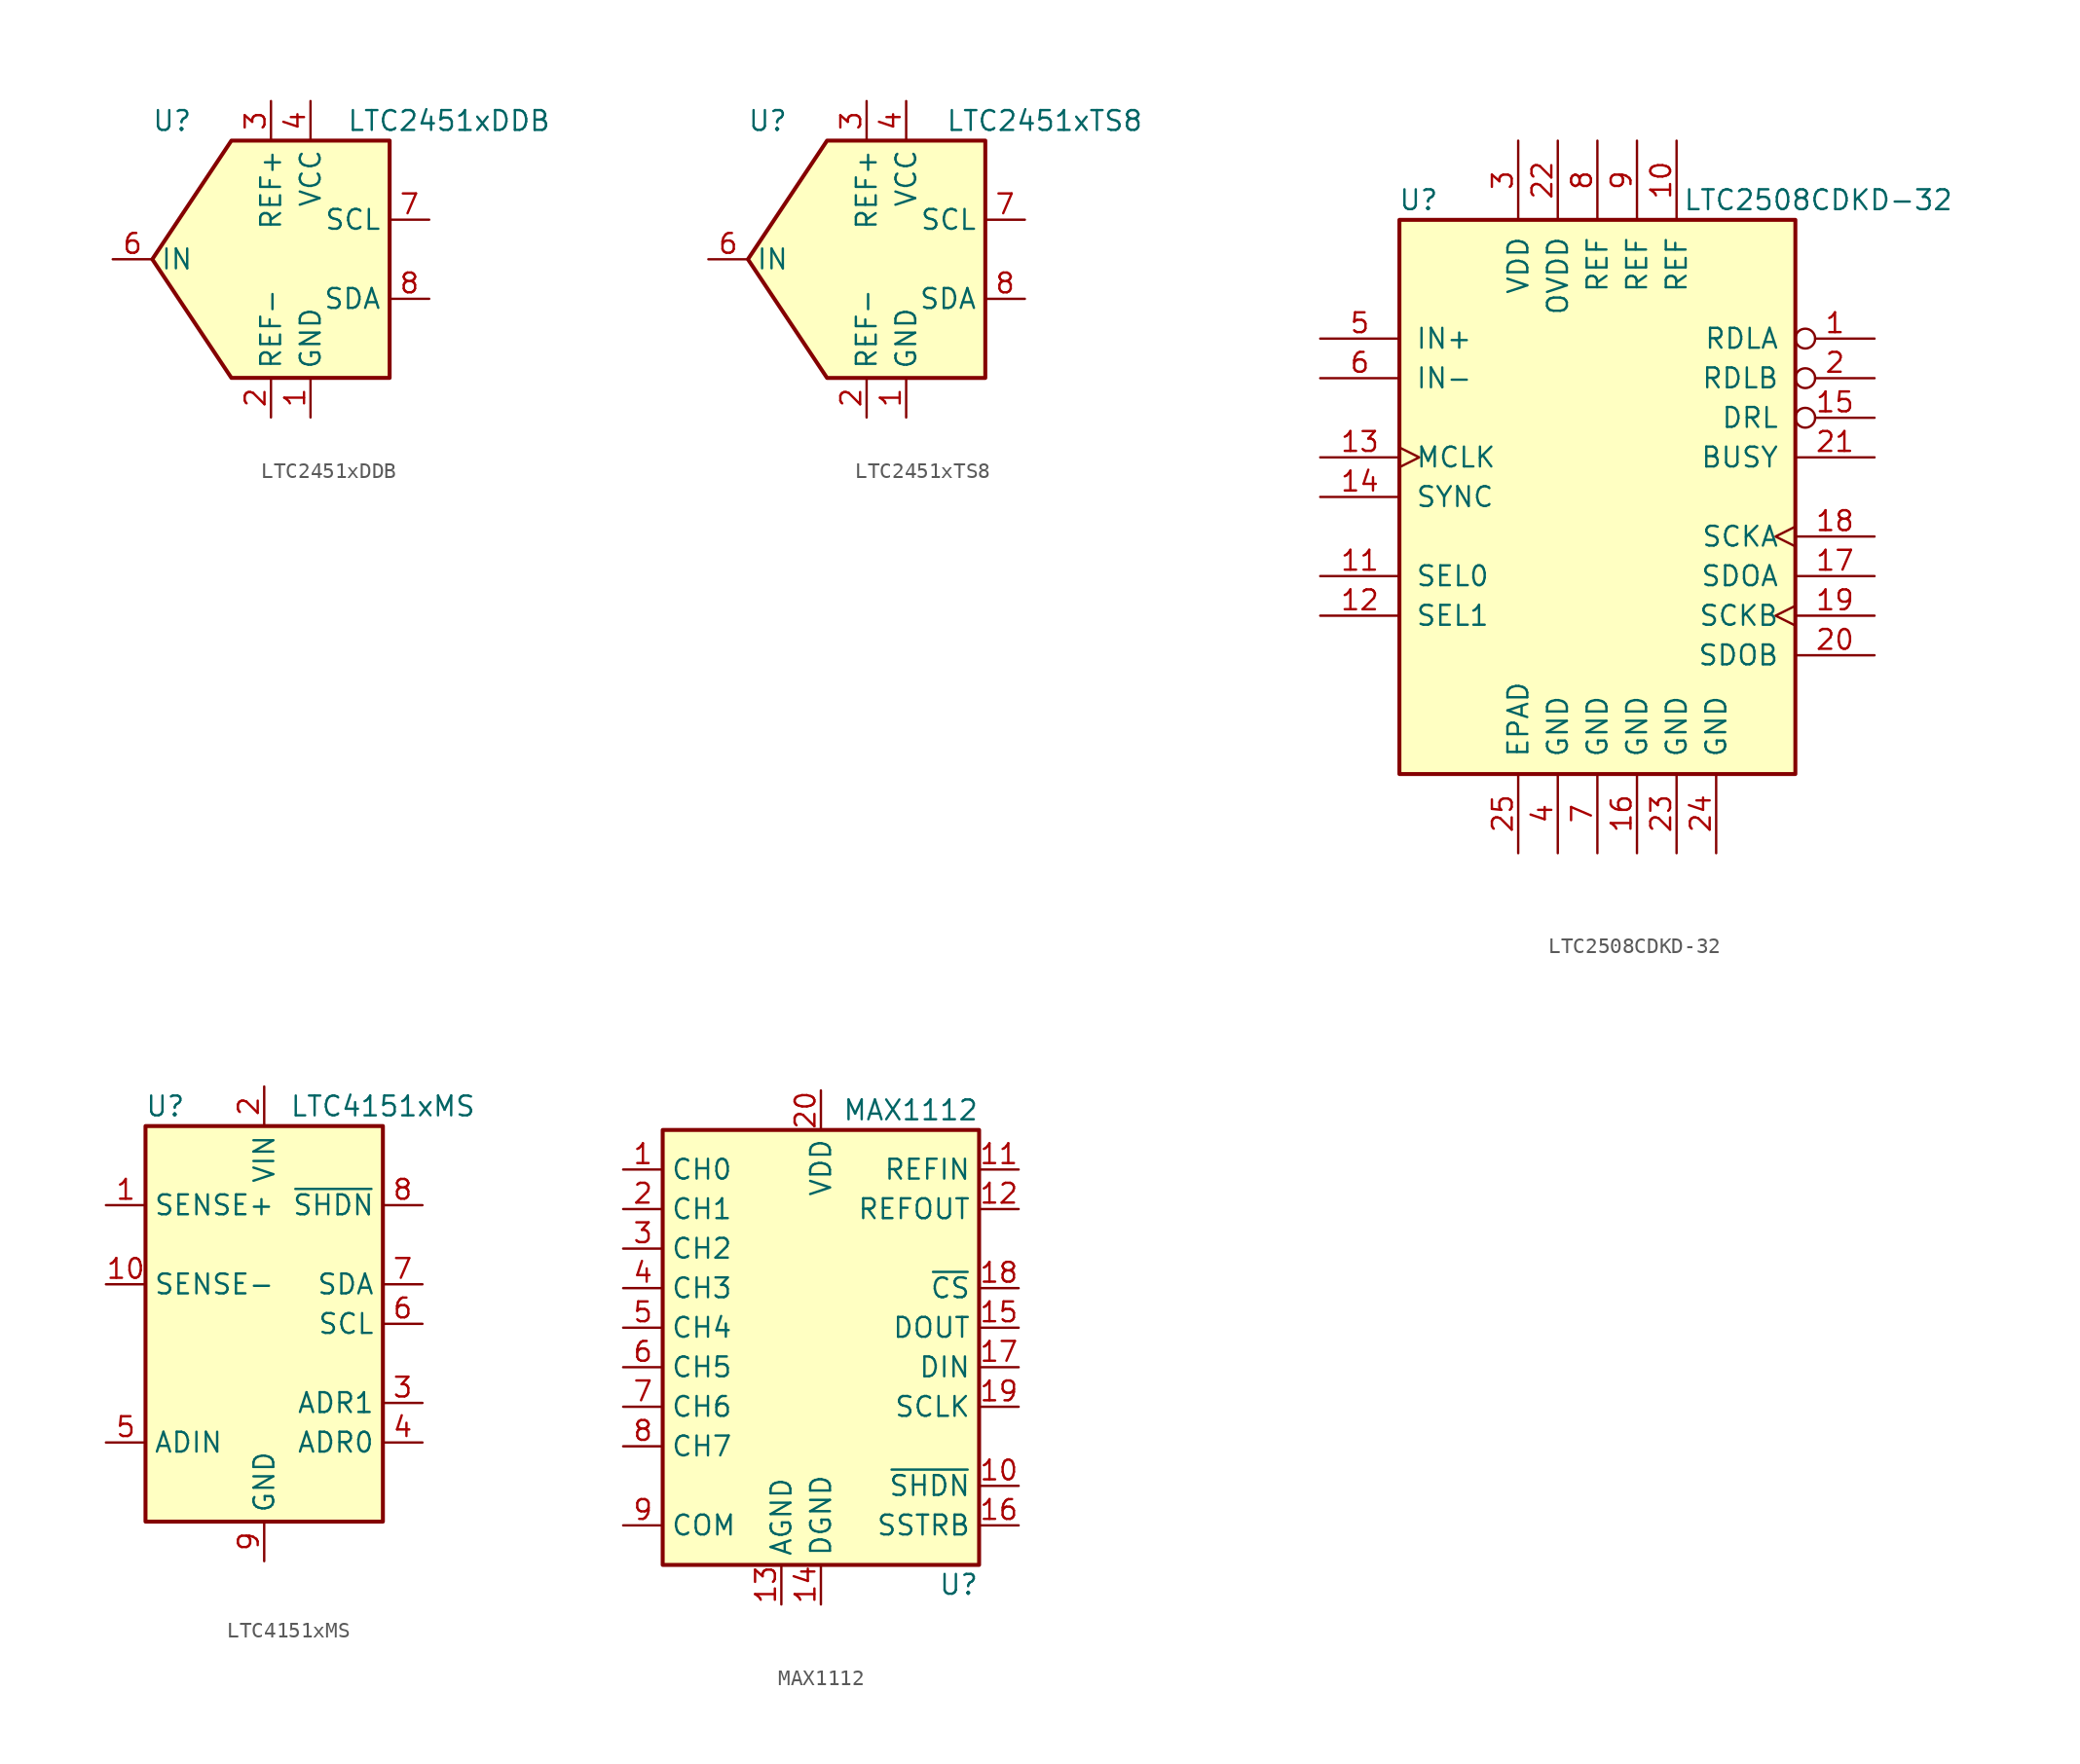
<source format=kicad_sym>
(kicad_symbol_lib
  (version 20201005)
  (generator kicad_symbol_editor)
  (symbol "Analog_ADC:LTC2451xDDB"
    (property "Reference" "U"
      (at -6.35 8.89 0)
      (effects (font (size 1.27 1.27))))
    (property "Value" "LTC2451xDDB"
      (at 11.43 8.89 0)
      (effects (font (size 1.27 1.27))))
    (symbol "LTC2451xDDB_1_1"
      (polyline (pts (xy -2.54 7.62) (xy 3.81 7.62) (xy 7.62 7.62) (xy 7.62 -7.62) (xy -2.54 -7.62) (xy -7.62 0) (xy -2.54 7.62)) (stroke (width 0.254)) (fill (type background)))
      (pin power_in line (at 2.54 -10.16 90) (length 2.54) (name "GND" (effects (font (size 1.27 1.27)))) (number "1" (effects (font (size 1.27 1.27)))))
      (pin power_in line (at 0 -10.16 90) (length 2.54) (name "REF-" (effects (font (size 1.27 1.27)))) (number "2" (effects (font (size 1.27 1.27)))))
      (pin power_in line (at 0 10.16 270) (length 2.54) (name "REF+" (effects (font (size 1.27 1.27)))) (number "3" (effects (font (size 1.27 1.27)))))
      (pin power_in line (at 2.54 10.16 270) (length 2.54) (name "VCC" (effects (font (size 1.27 1.27)))) (number "4" (effects (font (size 1.27 1.27)))))
      (pin passive line (at 2.54 -10.16 90) (length 2.54) hide (name "GND" (effects (font (size 1.27 1.27)))) (number "5" (effects (font (size 1.27 1.27)))))
      (pin input line (at -10.16 0 0) (length 2.54) (name "IN" (effects (font (size 1.27 1.27)))) (number "6" (effects (font (size 1.27 1.27)))))
      (pin input line (at 10.16 2.54 180) (length 2.54) (name "SCL" (effects (font (size 1.27 1.27)))) (number "7" (effects (font (size 1.27 1.27)))))
      (pin bidirectional line (at 10.16 -2.54 180) (length 2.54) (name "SDA" (effects (font (size 1.27 1.27)))) (number "8" (effects (font (size 1.27 1.27)))))
      (pin passive line (at 2.54 -10.16 90) (length 2.54) hide (name "GND" (effects (font (size 1.27 1.27)))) (number "9" (effects (font (size 1.27 1.27)))))))
  (symbol "Analog_ADC:LTC2451xTS8"
    (property "Reference" "U"
      (at -6.35 8.89 0)
      (effects (font (size 1.27 1.27))))
    (property "Value" "LTC2451xTS8"
      (at 11.43 8.89 0)
      (effects (font (size 1.27 1.27))))
    (symbol "LTC2451xTS8_1_1"
      (polyline (pts (xy -2.54 7.62) (xy 3.81 7.62) (xy 7.62 7.62) (xy 7.62 -7.62) (xy -2.54 -7.62) (xy -7.62 0) (xy -2.54 7.62)) (stroke (width 0.254)) (fill (type background)))
      (pin power_in line (at 2.54 -10.16 90) (length 2.54) (name "GND" (effects (font (size 1.27 1.27)))) (number "1" (effects (font (size 1.27 1.27)))))
      (pin power_in line (at 0 -10.16 90) (length 2.54) (name "REF-" (effects (font (size 1.27 1.27)))) (number "2" (effects (font (size 1.27 1.27)))))
      (pin power_in line (at 0 10.16 270) (length 2.54) (name "REF+" (effects (font (size 1.27 1.27)))) (number "3" (effects (font (size 1.27 1.27)))))
      (pin power_in line (at 2.54 10.16 270) (length 2.54) (name "VCC" (effects (font (size 1.27 1.27)))) (number "4" (effects (font (size 1.27 1.27)))))
      (pin passive line (at 2.54 -10.16 90) (length 2.54) hide (name "GND" (effects (font (size 1.27 1.27)))) (number "5" (effects (font (size 1.27 1.27)))))
      (pin input line (at -10.16 0 0) (length 2.54) (name "IN" (effects (font (size 1.27 1.27)))) (number "6" (effects (font (size 1.27 1.27)))))
      (pin input line (at 10.16 2.54 180) (length 2.54) (name "SCL" (effects (font (size 1.27 1.27)))) (number "7" (effects (font (size 1.27 1.27)))))
      (pin bidirectional line (at 10.16 -2.54 180) (length 2.54) (name "SDA" (effects (font (size 1.27 1.27)))) (number "8" (effects (font (size 1.27 1.27)))))))
  (symbol "Analog_ADC:LTC2508CDKD-32"
    (pin_names
      (offset 1.016))
    (property "Reference" "U"
      (at -10.16 19.05 0)
      (effects (font (size 1.27 1.27)) (justify right)))
    (property "Value" "LTC2508CDKD-32"
      (at 22.86 19.05 0)
      (effects (font (size 1.27 1.27)) (justify right)))
    (symbol "LTC2508CDKD-32_0_1"
      (rectangle (start -12.7 17.78) (end 12.7 -17.78) (stroke (width 0.254)) (fill (type background))))
    (symbol "LTC2508CDKD-32_1_1"
      (pin input inverted (at 17.78 10.16 180) (length 5.08) (name "RDLA" (effects (font (size 1.27 1.27)))) (number "1" (effects (font (size 1.27 1.27)))))
      (pin passive line (at 5.08 22.86 270) (length 5.08) (name "REF" (effects (font (size 1.27 1.27)))) (number "10" (effects (font (size 1.27 1.27)))))
      (pin input line (at -17.78 -5.08 0) (length 5.08) (name "SEL0" (effects (font (size 1.27 1.27)))) (number "11" (effects (font (size 1.27 1.27)))))
      (pin input line (at -17.78 -7.62 0) (length 5.08) (name "SEL1" (effects (font (size 1.27 1.27)))) (number "12" (effects (font (size 1.27 1.27)))))
      (pin input clock (at -17.78 2.54 0) (length 5.08) (name "MCLK" (effects (font (size 1.27 1.27)))) (number "13" (effects (font (size 1.27 1.27)))))
      (pin input line (at -17.78 0 0) (length 5.08) (name "SYNC" (effects (font (size 1.27 1.27)))) (number "14" (effects (font (size 1.27 1.27)))))
      (pin output inverted (at 17.78 5.08 180) (length 5.08) (name "DRL" (effects (font (size 1.27 1.27)))) (number "15" (effects (font (size 1.27 1.27)))))
      (pin power_in line (at 2.54 -22.86 90) (length 5.08) (name "GND" (effects (font (size 1.27 1.27)))) (number "16" (effects (font (size 1.27 1.27)))))
      (pin tri_state line (at 17.78 -5.08 180) (length 5.08) (name "SDOA" (effects (font (size 1.27 1.27)))) (number "17" (effects (font (size 1.27 1.27)))))
      (pin input clock (at 17.78 -2.54 180) (length 5.08) (name "SCKA" (effects (font (size 1.27 1.27)))) (number "18" (effects (font (size 1.27 1.27)))))
      (pin input clock (at 17.78 -7.62 180) (length 5.08) (name "SCKB" (effects (font (size 1.27 1.27)))) (number "19" (effects (font (size 1.27 1.27)))))
      (pin input inverted (at 17.78 7.62 180) (length 5.08) (name "RDLB" (effects (font (size 1.27 1.27)))) (number "2" (effects (font (size 1.27 1.27)))))
      (pin tri_state line (at 17.78 -10.16 180) (length 5.08) (name "SDOB" (effects (font (size 1.27 1.27)))) (number "20" (effects (font (size 1.27 1.27)))))
      (pin output line (at 17.78 2.54 180) (length 5.08) (name "BUSY" (effects (font (size 1.27 1.27)))) (number "21" (effects (font (size 1.27 1.27)))))
      (pin power_in line (at -2.54 22.86 270) (length 5.08) (name "OVDD" (effects (font (size 1.27 1.27)))) (number "22" (effects (font (size 1.27 1.27)))))
      (pin power_in line (at 5.08 -22.86 90) (length 5.08) (name "GND" (effects (font (size 1.27 1.27)))) (number "23" (effects (font (size 1.27 1.27)))))
      (pin power_in line (at 7.62 -22.86 90) (length 5.08) (name "GND" (effects (font (size 1.27 1.27)))) (number "24" (effects (font (size 1.27 1.27)))))
      (pin power_in line (at -5.08 -22.86 90) (length 5.08) (name "EPAD" (effects (font (size 1.27 1.27)))) (number "25" (effects (font (size 1.27 1.27)))))
      (pin power_in line (at -5.08 22.86 270) (length 5.08) (name "VDD" (effects (font (size 1.27 1.27)))) (number "3" (effects (font (size 1.27 1.27)))))
      (pin power_in line (at -2.54 -22.86 90) (length 5.08) (name "GND" (effects (font (size 1.27 1.27)))) (number "4" (effects (font (size 1.27 1.27)))))
      (pin input line (at -17.78 10.16 0) (length 5.08) (name "IN+" (effects (font (size 1.27 1.27)))) (number "5" (effects (font (size 1.27 1.27)))))
      (pin input line (at -17.78 7.62 0) (length 5.08) (name "IN-" (effects (font (size 1.27 1.27)))) (number "6" (effects (font (size 1.27 1.27)))))
      (pin power_in line (at 0 -22.86 90) (length 5.08) (name "GND" (effects (font (size 1.27 1.27)))) (number "7" (effects (font (size 1.27 1.27)))))
      (pin passive line (at 0 22.86 270) (length 5.08) (name "REF" (effects (font (size 1.27 1.27)))) (number "8" (effects (font (size 1.27 1.27)))))
      (pin passive line (at 2.54 22.86 270) (length 5.08) (name "REF" (effects (font (size 1.27 1.27)))) (number "9" (effects (font (size 1.27 1.27)))))))
  (symbol "Analog_ADC:LTC4151xMS"
    (property "Reference" "U"
      (at -6.35 13.97 0)
      (effects (font (size 1.27 1.27))))
    (property "Value" "LTC4151xMS"
      (at 7.62 13.97 0)
      (effects (font (size 1.27 1.27))))
    (symbol "LTC4151xMS_0_1"
      (rectangle (start -7.62 12.7) (end 7.62 -12.7) (stroke (width 0.254)) (fill (type background))))
    (symbol "LTC4151xMS_1_1"
      (pin input line (at -10.16 7.62 0) (length 2.54) (name "SENSE+" (effects (font (size 1.27 1.27)))) (number "1" (effects (font (size 1.27 1.27)))))
      (pin input line (at -10.16 2.54 0) (length 2.54) (name "SENSE-" (effects (font (size 1.27 1.27)))) (number "10" (effects (font (size 1.27 1.27)))))
      (pin power_in line (at 0 15.24 270) (length 2.54) (name "VIN" (effects (font (size 1.27 1.27)))) (number "2" (effects (font (size 1.27 1.27)))))
      (pin input line (at 10.16 -5.08 180) (length 2.54) (name "ADR1" (effects (font (size 1.27 1.27)))) (number "3" (effects (font (size 1.27 1.27)))))
      (pin input line (at 10.16 -7.62 180) (length 2.54) (name "ADR0" (effects (font (size 1.27 1.27)))) (number "4" (effects (font (size 1.27 1.27)))))
      (pin input line (at -10.16 -7.62 0) (length 2.54) (name "ADIN" (effects (font (size 1.27 1.27)))) (number "5" (effects (font (size 1.27 1.27)))))
      (pin input line (at 10.16 0 180) (length 2.54) (name "SCL" (effects (font (size 1.27 1.27)))) (number "6" (effects (font (size 1.27 1.27)))))
      (pin bidirectional line (at 10.16 2.54 180) (length 2.54) (name "SDA" (effects (font (size 1.27 1.27)))) (number "7" (effects (font (size 1.27 1.27)))))
      (pin input line (at 10.16 7.62 180) (length 2.54) (name "~SHDN" (effects (font (size 1.27 1.27)))) (number "8" (effects (font (size 1.27 1.27)))))
      (pin power_in line (at 0 -15.24 90) (length 2.54) (name "GND" (effects (font (size 1.27 1.27)))) (number "9" (effects (font (size 1.27 1.27)))))))
  (symbol "Analog_ADC:MAX1112"
    (property "Reference" "U"
      (at 10.16 -13.97 0)
      (effects (font (size 1.27 1.27)) (justify right)))
    (property "Value" "MAX1112"
      (at 10.16 16.51 0)
      (effects (font (size 1.27 1.27)) (justify right)))
    (symbol "MAX1112_0_1"
      (rectangle (start 10.16 15.24) (end -10.16 -12.7) (stroke (width 0.254)) (fill (type background))))
    (symbol "MAX1112_1_1"
      (pin input line (at -12.7 12.7 0) (length 2.54) (name "CH0" (effects (font (size 1.27 1.27)))) (number "1" (effects (font (size 1.27 1.27)))))
      (pin input line (at 12.7 -7.62 180) (length 2.54) (name "~SHDN" (effects (font (size 1.27 1.27)))) (number "10" (effects (font (size 1.27 1.27)))))
      (pin power_in line (at 12.7 12.7 180) (length 2.54) (name "REFIN" (effects (font (size 1.27 1.27)))) (number "11" (effects (font (size 1.27 1.27)))))
      (pin power_out line (at 12.7 10.16 180) (length 2.54) (name "REFOUT" (effects (font (size 1.27 1.27)))) (number "12" (effects (font (size 1.27 1.27)))))
      (pin power_in line (at -2.54 -15.24 90) (length 2.54) (name "AGND" (effects (font (size 1.27 1.27)))) (number "13" (effects (font (size 1.27 1.27)))))
      (pin power_in line (at 0 -15.24 90) (length 2.54) (name "DGND" (effects (font (size 1.27 1.27)))) (number "14" (effects (font (size 1.27 1.27)))))
      (pin output line (at 12.7 2.54 180) (length 2.54) (name "DOUT" (effects (font (size 1.27 1.27)))) (number "15" (effects (font (size 1.27 1.27)))))
      (pin output line (at 12.7 -10.16 180) (length 2.54) (name "SSTRB" (effects (font (size 1.27 1.27)))) (number "16" (effects (font (size 1.27 1.27)))))
      (pin input line (at 12.7 0 180) (length 2.54) (name "DIN" (effects (font (size 1.27 1.27)))) (number "17" (effects (font (size 1.27 1.27)))))
      (pin input line (at 12.7 5.08 180) (length 2.54) (name "~CS" (effects (font (size 1.27 1.27)))) (number "18" (effects (font (size 1.27 1.27)))))
      (pin input line (at 12.7 -2.54 180) (length 2.54) (name "SCLK" (effects (font (size 1.27 1.27)))) (number "19" (effects (font (size 1.27 1.27)))))
      (pin input line (at -12.7 10.16 0) (length 2.54) (name "CH1" (effects (font (size 1.27 1.27)))) (number "2" (effects (font (size 1.27 1.27)))))
      (pin power_in line (at 0 17.78 270) (length 2.54) (name "VDD" (effects (font (size 1.27 1.27)))) (number "20" (effects (font (size 1.27 1.27)))))
      (pin input line (at -12.7 7.62 0) (length 2.54) (name "CH2" (effects (font (size 1.27 1.27)))) (number "3" (effects (font (size 1.27 1.27)))))
      (pin input line (at -12.7 5.08 0) (length 2.54) (name "CH3" (effects (font (size 1.27 1.27)))) (number "4" (effects (font (size 1.27 1.27)))))
      (pin input line (at -12.7 2.54 0) (length 2.54) (name "CH4" (effects (font (size 1.27 1.27)))) (number "5" (effects (font (size 1.27 1.27)))))
      (pin input line (at -12.7 0 0) (length 2.54) (name "CH5" (effects (font (size 1.27 1.27)))) (number "6" (effects (font (size 1.27 1.27)))))
      (pin input line (at -12.7 -2.54 0) (length 2.54) (name "CH6" (effects (font (size 1.27 1.27)))) (number "7" (effects (font (size 1.27 1.27)))))
      (pin input line (at -12.7 -5.08 0) (length 2.54) (name "CH7" (effects (font (size 1.27 1.27)))) (number "8" (effects (font (size 1.27 1.27)))))
      (pin power_in line (at -12.7 -10.16 0) (length 2.54) (name "COM" (effects (font (size 1.27 1.27)))) (number "9" (effects (font (size 1.27 1.27))))))))
</source>
